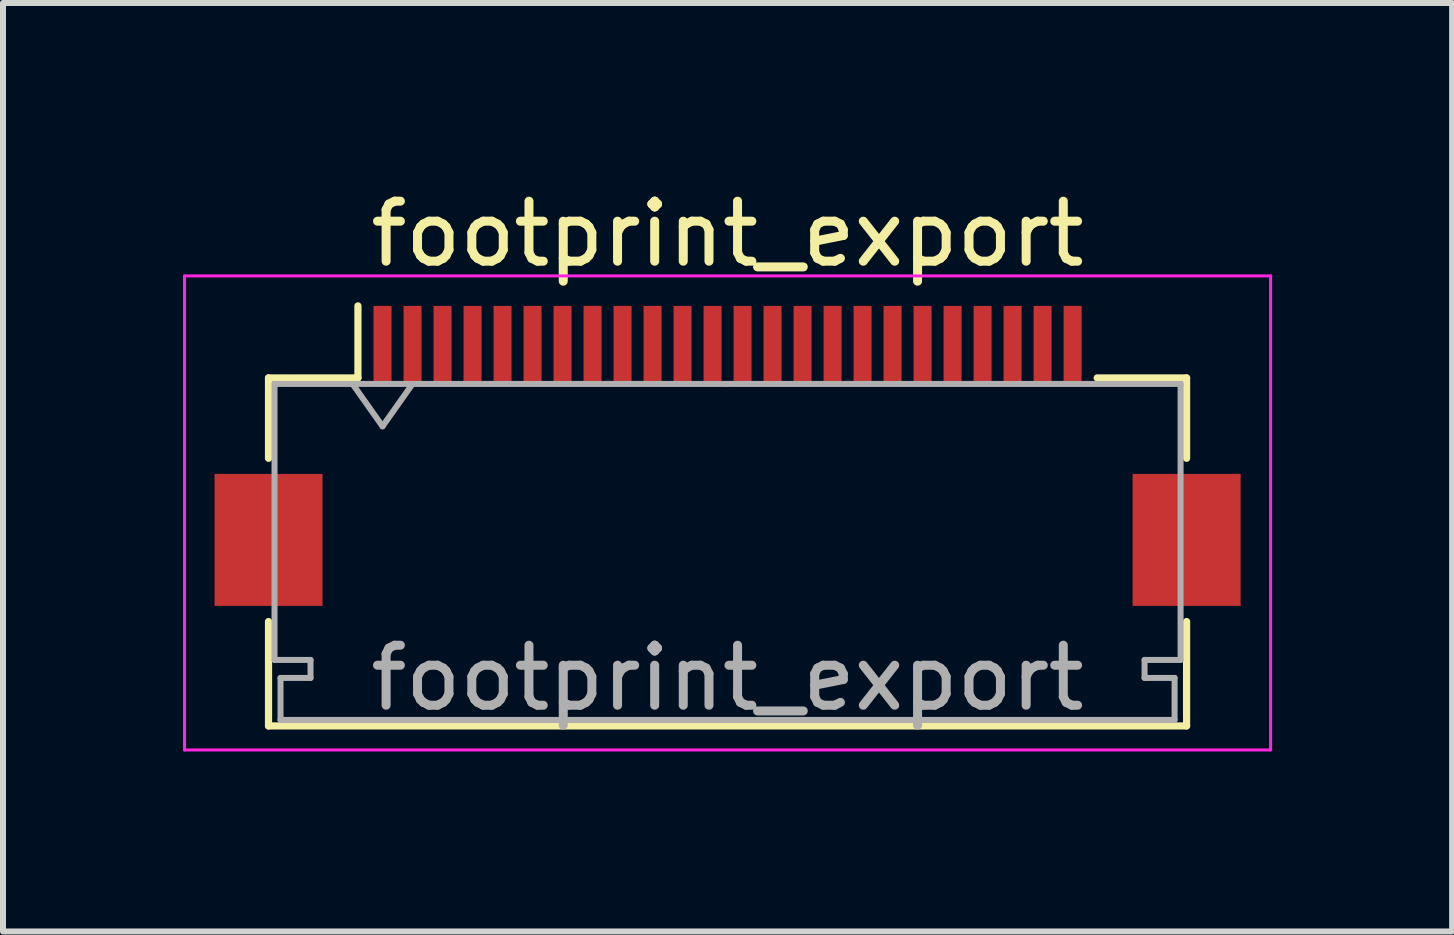
<source format=kicad_pcb>
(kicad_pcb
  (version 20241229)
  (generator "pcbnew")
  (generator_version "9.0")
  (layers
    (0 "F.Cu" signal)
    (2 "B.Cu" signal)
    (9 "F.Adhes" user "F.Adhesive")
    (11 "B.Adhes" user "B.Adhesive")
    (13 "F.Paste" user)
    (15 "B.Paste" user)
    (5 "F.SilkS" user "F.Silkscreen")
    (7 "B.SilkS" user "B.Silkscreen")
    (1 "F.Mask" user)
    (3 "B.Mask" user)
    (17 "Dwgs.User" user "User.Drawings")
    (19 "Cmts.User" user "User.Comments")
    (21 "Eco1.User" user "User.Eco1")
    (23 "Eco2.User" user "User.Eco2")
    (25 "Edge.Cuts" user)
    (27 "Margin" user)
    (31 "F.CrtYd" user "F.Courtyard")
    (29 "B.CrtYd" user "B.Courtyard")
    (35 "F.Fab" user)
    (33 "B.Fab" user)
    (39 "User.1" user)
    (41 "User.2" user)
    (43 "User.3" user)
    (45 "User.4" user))
  (footprint "footprint_export"
    (layer "F.Cu")
    (at 9.075 4.548)
    (property "Reference" "footprint_export" (at 0 -3.7 0) (layer "F.SilkS") (effects (font (size 1 1) (thickness 0.15))))
    (attr smd)
    (fp_line (start -7.65 -1.3) (end -7.65 0.04) (stroke (width 0.12) (type solid)) (layer "F.SilkS"))
    (fp_line (start -7.65 2.76) (end -7.65 4.5) (stroke (width 0.12) (type solid)) (layer "F.SilkS"))
    (fp_line (start -7.65 4.5) (end 7.65 4.5) (stroke (width 0.12) (type solid)) (layer "F.SilkS"))
    (fp_line (start -6.16 -1.3) (end -7.65 -1.3) (stroke (width 0.12) (type solid)) (layer "F.SilkS"))
    (fp_line (start -6.16 -1.3) (end -6.16 -2.5) (stroke (width 0.12) (type solid)) (layer "F.SilkS"))
    (fp_line (start 6.16 -1.3) (end 7.65 -1.3) (stroke (width 0.12) (type solid)) (layer "F.SilkS"))
    (fp_line (start 7.65 -1.3) (end 7.65 0.04) (stroke (width 0.12) (type solid)) (layer "F.SilkS"))
    (fp_line (start 7.65 4.5) (end 7.65 2.76) (stroke (width 0.12) (type solid)) (layer "F.SilkS"))
    (fp_line (start -9.05 -3) (end -9.05 4.9) (stroke (width 0.05) (type solid)) (layer "F.CrtYd"))
    (fp_line (start -9.05 4.9) (end 9.05 4.9) (stroke (width 0.05) (type solid)) (layer "F.CrtYd"))
    (fp_line (start 9.05 -3) (end -9.05 -3) (stroke (width 0.05) (type solid)) (layer "F.CrtYd"))
    (fp_line (start 9.05 4.9) (end 9.05 -3) (stroke (width 0.05) (type solid)) (layer "F.CrtYd"))
    (fp_line (start -7.55 -1.2) (end -7.55 3.4) (stroke (width 0.1) (type solid)) (layer "F.Fab"))
    (fp_line (start -7.55 3.4) (end -6.95 3.4) (stroke (width 0.1) (type solid)) (layer "F.Fab"))
    (fp_line (start -7.45 3.7) (end -7.45 4.4) (stroke (width 0.1) (type solid)) (layer "F.Fab"))
    (fp_line (start -7.45 4.4) (end 0 4.4) (stroke (width 0.1) (type solid)) (layer "F.Fab"))
    (fp_line (start -6.95 3.4) (end -6.95 3.7) (stroke (width 0.1) (type solid)) (layer "F.Fab"))
    (fp_line (start -6.95 3.7) (end -7.45 3.7) (stroke (width 0.1) (type solid)) (layer "F.Fab"))
    (fp_line (start -6.25 -1.2) (end -5.75 -0.493) (stroke (width 0.1) (type solid)) (layer "F.Fab"))
    (fp_line (start -5.75 -0.493) (end -5.25 -1.2) (stroke (width 0.1) (type solid)) (layer "F.Fab"))
    (fp_line (start 0 -1.2) (end -7.55 -1.2) (stroke (width 0.1) (type solid)) (layer "F.Fab"))
    (fp_line (start 0 -1.2) (end 7.55 -1.2) (stroke (width 0.1) (type solid)) (layer "F.Fab"))
    (fp_line (start 6.95 3.4) (end 6.95 3.7) (stroke (width 0.1) (type solid)) (layer "F.Fab"))
    (fp_line (start 6.95 3.7) (end 7.45 3.7) (stroke (width 0.1) (type solid)) (layer "F.Fab"))
    (fp_line (start 7.45 3.7) (end 7.45 4.4) (stroke (width 0.1) (type solid)) (layer "F.Fab"))
    (fp_line (start 7.45 4.4) (end 0 4.4) (stroke (width 0.1) (type solid)) (layer "F.Fab"))
    (fp_line (start 7.55 -1.2) (end 7.55 3.4) (stroke (width 0.1) (type solid)) (layer "F.Fab"))
    (fp_line (start 7.55 3.4) (end 6.95 3.4) (stroke (width 0.1) (type solid)) (layer "F.Fab"))
    (fp_text user "${REFERENCE}" (at 0 3.7 0) (layer "F.Fab") (effects (font (size 1 1) (thickness 0.15))))
    (pad "1" smd rect (at -5.75 -1.85) (size 0.3 1.3) (layers "F.Cu" "F.Mask" "F.Paste"))
    (pad "2" smd rect (at -5.25 -1.85) (size 0.3 1.3) (layers "F.Cu" "F.Mask" "F.Paste"))
    (pad "3" smd rect (at -4.75 -1.85) (size 0.3 1.3) (layers "F.Cu" "F.Mask" "F.Paste"))
    (pad "4" smd rect (at -4.25 -1.85) (size 0.3 1.3) (layers "F.Cu" "F.Mask" "F.Paste"))
    (pad "5" smd rect (at -3.75 -1.85) (size 0.3 1.3) (layers "F.Cu" "F.Mask" "F.Paste"))
    (pad "6" smd rect (at -3.25 -1.85) (size 0.3 1.3) (layers "F.Cu" "F.Mask" "F.Paste"))
    (pad "7" smd rect (at -2.75 -1.85) (size 0.3 1.3) (layers "F.Cu" "F.Mask" "F.Paste"))
    (pad "8" smd rect (at -2.25 -1.85) (size 0.3 1.3) (layers "F.Cu" "F.Mask" "F.Paste"))
    (pad "9" smd rect (at -1.75 -1.85) (size 0.3 1.3) (layers "F.Cu" "F.Mask" "F.Paste"))
    (pad "10" smd rect (at -1.25 -1.85) (size 0.3 1.3) (layers "F.Cu" "F.Mask" "F.Paste"))
    (pad "11" smd rect (at -0.75 -1.85) (size 0.3 1.3) (layers "F.Cu" "F.Mask" "F.Paste"))
    (pad "12" smd rect (at -0.25 -1.85) (size 0.3 1.3) (layers "F.Cu" "F.Mask" "F.Paste"))
    (pad "13" smd rect (at 0.25 -1.85) (size 0.3 1.3) (layers "F.Cu" "F.Mask" "F.Paste"))
    (pad "14" smd rect (at 0.75 -1.85) (size 0.3 1.3) (layers "F.Cu" "F.Mask" "F.Paste"))
    (pad "15" smd rect (at 1.25 -1.85) (size 0.3 1.3) (layers "F.Cu" "F.Mask" "F.Paste"))
    (pad "16" smd rect (at 1.75 -1.85) (size 0.3 1.3) (layers "F.Cu" "F.Mask" "F.Paste"))
    (pad "17" smd rect (at 2.25 -1.85) (size 0.3 1.3) (layers "F.Cu" "F.Mask" "F.Paste"))
    (pad "18" smd rect (at 2.75 -1.85) (size 0.3 1.3) (layers "F.Cu" "F.Mask" "F.Paste"))
    (pad "19" smd rect (at 3.25 -1.85) (size 0.3 1.3) (layers "F.Cu" "F.Mask" "F.Paste"))
    (pad "20" smd rect (at 3.75 -1.85) (size 0.3 1.3) (layers "F.Cu" "F.Mask" "F.Paste"))
    (pad "21" smd rect (at 4.25 -1.85) (size 0.3 1.3) (layers "F.Cu" "F.Mask" "F.Paste"))
    (pad "22" smd rect (at 4.75 -1.85) (size 0.3 1.3) (layers "F.Cu" "F.Mask" "F.Paste"))
    (pad "23" smd rect (at 5.25 -1.85) (size 0.3 1.3) (layers "F.Cu" "F.Mask" "F.Paste"))
    (pad "24" smd rect (at 5.75 -1.85) (size 0.3 1.3) (layers "F.Cu" "F.Mask" "F.Paste"))
    (pad "MP" smd rect (at -7.65 1.4) (size 1.8 2.2) (layers "F.Cu" "F.Mask" "F.Paste"))
    (pad "MP" smd rect (at 7.65 1.4) (size 1.8 2.2) (layers "F.Cu" "F.Mask" "F.Paste")))
  (gr_rect
    (start -3 -3)
    (end 21.15 12.473)
    (stroke (width 0.1) (type default))
    (fill no)
    (layer "Edge.Cuts")))
</source>
